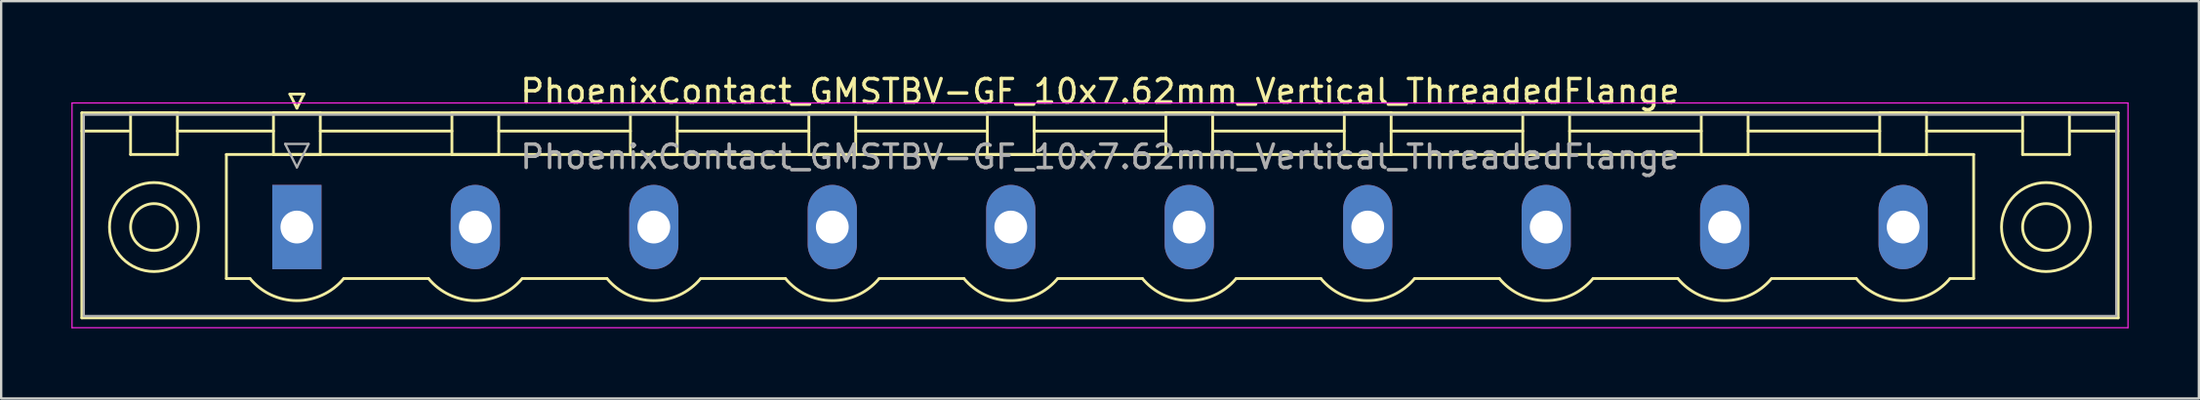
<source format=kicad_pcb>
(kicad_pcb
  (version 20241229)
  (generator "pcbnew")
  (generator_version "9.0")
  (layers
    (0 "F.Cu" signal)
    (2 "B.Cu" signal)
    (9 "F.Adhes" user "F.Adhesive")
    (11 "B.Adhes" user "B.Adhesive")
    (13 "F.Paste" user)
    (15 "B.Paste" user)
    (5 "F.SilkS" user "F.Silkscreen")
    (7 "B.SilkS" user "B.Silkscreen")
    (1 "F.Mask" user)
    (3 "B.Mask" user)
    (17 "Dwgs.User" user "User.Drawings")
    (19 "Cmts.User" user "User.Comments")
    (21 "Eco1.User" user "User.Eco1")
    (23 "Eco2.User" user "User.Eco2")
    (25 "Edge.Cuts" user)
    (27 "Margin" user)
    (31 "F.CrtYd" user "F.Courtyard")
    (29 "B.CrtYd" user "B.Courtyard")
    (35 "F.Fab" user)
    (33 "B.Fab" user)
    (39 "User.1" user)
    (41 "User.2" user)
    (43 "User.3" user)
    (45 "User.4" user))
  (footprint "PhoenixContact_GMSTBV-GF_10x7.62mm_Vertical_ThreadedFlange"
    (layer "F.Cu")
    (at 9.625 6.648)
    (property "Reference" "PhoenixContact_GMSTBV-GF_10x7.62mm_Vertical_ThreadedFlange" (at 34.29 -5.8 0) (layer "F.SilkS") (effects (font (size 1 1) (thickness 0.15))))
    (attr through_hole)
    (fp_line (start -9.18 -4.88) (end -9.18 3.88) (stroke (width 0.12) (type solid)) (layer "F.SilkS"))
    (fp_line (start -9.18 -4.1) (end -7.18 -4.1) (stroke (width 0.12) (type solid)) (layer "F.SilkS"))
    (fp_line (start -9.18 3.88) (end 77.76 3.88) (stroke (width 0.12) (type solid)) (layer "F.SilkS"))
    (fp_line (start -7.1 -4.88) (end -5.1 -4.88) (stroke (width 0.12) (type solid)) (layer "F.SilkS"))
    (fp_line (start -7.1 -3.1) (end -7.1 -4.88) (stroke (width 0.12) (type solid)) (layer "F.SilkS"))
    (fp_line (start -5.1 -4.88) (end -5.1 -3.1) (stroke (width 0.12) (type solid)) (layer "F.SilkS"))
    (fp_line (start -5.1 -4.1) (end -1 -4.1) (stroke (width 0.12) (type solid)) (layer "F.SilkS"))
    (fp_line (start -5.1 -3.1) (end -7.1 -3.1) (stroke (width 0.12) (type solid)) (layer "F.SilkS"))
    (fp_line (start -3.01 -3.1) (end 71.59 -3.1) (stroke (width 0.12) (type solid)) (layer "F.SilkS"))
    (fp_line (start -3.01 2.2) (end -3.01 -3.1) (stroke (width 0.12) (type solid)) (layer "F.SilkS"))
    (fp_line (start -2 2.2) (end -3.01 2.2) (stroke (width 0.12) (type solid)) (layer "F.SilkS"))
    (fp_line (start -1 -4.88) (end 1 -4.88) (stroke (width 0.12) (type solid)) (layer "F.SilkS"))
    (fp_line (start -1 -3.1) (end -1 -4.88) (stroke (width 0.12) (type solid)) (layer "F.SilkS"))
    (fp_line (start -0.3 -5.68) (end 0.3 -5.68) (stroke (width 0.12) (type solid)) (layer "F.SilkS"))
    (fp_line (start 0 -5.08) (end -0.3 -5.68) (stroke (width 0.12) (type solid)) (layer "F.SilkS"))
    (fp_line (start 0.3 -5.68) (end 0 -5.08) (stroke (width 0.12) (type solid)) (layer "F.SilkS"))
    (fp_line (start 1 -4.88) (end 1 -3.1) (stroke (width 0.12) (type solid)) (layer "F.SilkS"))
    (fp_line (start 1 -4.1) (end 6.62 -4.1) (stroke (width 0.12) (type solid)) (layer "F.SilkS"))
    (fp_line (start 1 -3.1) (end -1 -3.1) (stroke (width 0.12) (type solid)) (layer "F.SilkS"))
    (fp_line (start 2 2.2) (end 5.62 2.2) (stroke (width 0.12) (type solid)) (layer "F.SilkS"))
    (fp_line (start 6.62 -4.88) (end 8.62 -4.88) (stroke (width 0.12) (type solid)) (layer "F.SilkS"))
    (fp_line (start 6.62 -3.1) (end 6.62 -4.88) (stroke (width 0.12) (type solid)) (layer "F.SilkS"))
    (fp_line (start 8.62 -4.88) (end 8.62 -3.1) (stroke (width 0.12) (type solid)) (layer "F.SilkS"))
    (fp_line (start 8.62 -4.1) (end 14.24 -4.1) (stroke (width 0.12) (type solid)) (layer "F.SilkS"))
    (fp_line (start 8.62 -3.1) (end 6.62 -3.1) (stroke (width 0.12) (type solid)) (layer "F.SilkS"))
    (fp_line (start 9.62 2.2) (end 13.24 2.2) (stroke (width 0.12) (type solid)) (layer "F.SilkS"))
    (fp_line (start 14.24 -4.88) (end 16.24 -4.88) (stroke (width 0.12) (type solid)) (layer "F.SilkS"))
    (fp_line (start 14.24 -3.1) (end 14.24 -4.88) (stroke (width 0.12) (type solid)) (layer "F.SilkS"))
    (fp_line (start 16.24 -4.88) (end 16.24 -3.1) (stroke (width 0.12) (type solid)) (layer "F.SilkS"))
    (fp_line (start 16.24 -4.1) (end 21.86 -4.1) (stroke (width 0.12) (type solid)) (layer "F.SilkS"))
    (fp_line (start 16.24 -3.1) (end 14.24 -3.1) (stroke (width 0.12) (type solid)) (layer "F.SilkS"))
    (fp_line (start 17.24 2.2) (end 20.86 2.2) (stroke (width 0.12) (type solid)) (layer "F.SilkS"))
    (fp_line (start 21.86 -4.88) (end 23.86 -4.88) (stroke (width 0.12) (type solid)) (layer "F.SilkS"))
    (fp_line (start 21.86 -3.1) (end 21.86 -4.88) (stroke (width 0.12) (type solid)) (layer "F.SilkS"))
    (fp_line (start 23.86 -4.88) (end 23.86 -3.1) (stroke (width 0.12) (type solid)) (layer "F.SilkS"))
    (fp_line (start 23.86 -4.1) (end 29.48 -4.1) (stroke (width 0.12) (type solid)) (layer "F.SilkS"))
    (fp_line (start 23.86 -3.1) (end 21.86 -3.1) (stroke (width 0.12) (type solid)) (layer "F.SilkS"))
    (fp_line (start 24.86 2.2) (end 28.48 2.2) (stroke (width 0.12) (type solid)) (layer "F.SilkS"))
    (fp_line (start 29.48 -4.88) (end 31.48 -4.88) (stroke (width 0.12) (type solid)) (layer "F.SilkS"))
    (fp_line (start 29.48 -3.1) (end 29.48 -4.88) (stroke (width 0.12) (type solid)) (layer "F.SilkS"))
    (fp_line (start 31.48 -4.88) (end 31.48 -3.1) (stroke (width 0.12) (type solid)) (layer "F.SilkS"))
    (fp_line (start 31.48 -4.1) (end 37.1 -4.1) (stroke (width 0.12) (type solid)) (layer "F.SilkS"))
    (fp_line (start 31.48 -3.1) (end 29.48 -3.1) (stroke (width 0.12) (type solid)) (layer "F.SilkS"))
    (fp_line (start 32.48 2.2) (end 36.1 2.2) (stroke (width 0.12) (type solid)) (layer "F.SilkS"))
    (fp_line (start 37.1 -4.88) (end 39.1 -4.88) (stroke (width 0.12) (type solid)) (layer "F.SilkS"))
    (fp_line (start 37.1 -3.1) (end 37.1 -4.88) (stroke (width 0.12) (type solid)) (layer "F.SilkS"))
    (fp_line (start 39.1 -4.88) (end 39.1 -3.1) (stroke (width 0.12) (type solid)) (layer "F.SilkS"))
    (fp_line (start 39.1 -4.1) (end 44.72 -4.1) (stroke (width 0.12) (type solid)) (layer "F.SilkS"))
    (fp_line (start 39.1 -3.1) (end 37.1 -3.1) (stroke (width 0.12) (type solid)) (layer "F.SilkS"))
    (fp_line (start 40.1 2.2) (end 43.72 2.2) (stroke (width 0.12) (type solid)) (layer "F.SilkS"))
    (fp_line (start 44.72 -4.88) (end 46.72 -4.88) (stroke (width 0.12) (type solid)) (layer "F.SilkS"))
    (fp_line (start 44.72 -3.1) (end 44.72 -4.88) (stroke (width 0.12) (type solid)) (layer "F.SilkS"))
    (fp_line (start 46.72 -4.88) (end 46.72 -3.1) (stroke (width 0.12) (type solid)) (layer "F.SilkS"))
    (fp_line (start 46.72 -4.1) (end 52.34 -4.1) (stroke (width 0.12) (type solid)) (layer "F.SilkS"))
    (fp_line (start 46.72 -3.1) (end 44.72 -3.1) (stroke (width 0.12) (type solid)) (layer "F.SilkS"))
    (fp_line (start 47.72 2.2) (end 51.34 2.2) (stroke (width 0.12) (type solid)) (layer "F.SilkS"))
    (fp_line (start 52.34 -4.88) (end 54.34 -4.88) (stroke (width 0.12) (type solid)) (layer "F.SilkS"))
    (fp_line (start 52.34 -3.1) (end 52.34 -4.88) (stroke (width 0.12) (type solid)) (layer "F.SilkS"))
    (fp_line (start 54.34 -4.88) (end 54.34 -3.1) (stroke (width 0.12) (type solid)) (layer "F.SilkS"))
    (fp_line (start 54.34 -4.1) (end 59.96 -4.1) (stroke (width 0.12) (type solid)) (layer "F.SilkS"))
    (fp_line (start 54.34 -3.1) (end 52.34 -3.1) (stroke (width 0.12) (type solid)) (layer "F.SilkS"))
    (fp_line (start 55.34 2.2) (end 58.96 2.2) (stroke (width 0.12) (type solid)) (layer "F.SilkS"))
    (fp_line (start 59.96 -4.88) (end 61.96 -4.88) (stroke (width 0.12) (type solid)) (layer "F.SilkS"))
    (fp_line (start 59.96 -3.1) (end 59.96 -4.88) (stroke (width 0.12) (type solid)) (layer "F.SilkS"))
    (fp_line (start 61.96 -4.88) (end 61.96 -3.1) (stroke (width 0.12) (type solid)) (layer "F.SilkS"))
    (fp_line (start 61.96 -4.1) (end 67.58 -4.1) (stroke (width 0.12) (type solid)) (layer "F.SilkS"))
    (fp_line (start 61.96 -3.1) (end 59.96 -3.1) (stroke (width 0.12) (type solid)) (layer "F.SilkS"))
    (fp_line (start 62.96 2.2) (end 66.58 2.2) (stroke (width 0.12) (type solid)) (layer "F.SilkS"))
    (fp_line (start 67.58 -4.88) (end 69.58 -4.88) (stroke (width 0.12) (type solid)) (layer "F.SilkS"))
    (fp_line (start 67.58 -3.1) (end 67.58 -4.88) (stroke (width 0.12) (type solid)) (layer "F.SilkS"))
    (fp_line (start 69.58 -4.88) (end 69.58 -3.1) (stroke (width 0.12) (type solid)) (layer "F.SilkS"))
    (fp_line (start 69.58 -4.1) (end 73.68 -4.1) (stroke (width 0.12) (type solid)) (layer "F.SilkS"))
    (fp_line (start 69.58 -3.1) (end 67.58 -3.1) (stroke (width 0.12) (type solid)) (layer "F.SilkS"))
    (fp_line (start 71.59 -3.1) (end 71.59 2.2) (stroke (width 0.12) (type solid)) (layer "F.SilkS"))
    (fp_line (start 71.59 2.2) (end 70.58 2.2) (stroke (width 0.12) (type solid)) (layer "F.SilkS"))
    (fp_line (start 73.68 -4.88) (end 75.68 -4.88) (stroke (width 0.12) (type solid)) (layer "F.SilkS"))
    (fp_line (start 73.68 -3.1) (end 73.68 -4.88) (stroke (width 0.12) (type solid)) (layer "F.SilkS"))
    (fp_line (start 75.68 -4.88) (end 75.68 -3.1) (stroke (width 0.12) (type solid)) (layer "F.SilkS"))
    (fp_line (start 75.68 -3.1) (end 73.68 -3.1) (stroke (width 0.12) (type solid)) (layer "F.SilkS"))
    (fp_line (start 77.76 -4.88) (end -9.18 -4.88) (stroke (width 0.12) (type solid)) (layer "F.SilkS"))
    (fp_line (start 77.76 -4.1) (end 75.76 -4.1) (stroke (width 0.12) (type solid)) (layer "F.SilkS"))
    (fp_line (start 77.76 3.88) (end 77.76 -4.88) (stroke (width 0.12) (type solid)) (layer "F.SilkS"))
    (fp_arc (start 1.986842 2.215821) (mid -0.010289 3.142758) (end -2 2.2) (stroke (width 0.12) (type solid)) (layer "F.SilkS"))
    (fp_arc (start 9.606842 2.215821) (mid 7.609711 3.142758) (end 5.62 2.2) (stroke (width 0.12) (type solid)) (layer "F.SilkS"))
    (fp_arc (start 17.226842 2.215821) (mid 15.229711 3.142758) (end 13.24 2.2) (stroke (width 0.12) (type solid)) (layer "F.SilkS"))
    (fp_arc (start 24.846842 2.215821) (mid 22.849711 3.142758) (end 20.86 2.2) (stroke (width 0.12) (type solid)) (layer "F.SilkS"))
    (fp_arc (start 32.466842 2.215821) (mid 30.469711 3.142758) (end 28.48 2.2) (stroke (width 0.12) (type solid)) (layer "F.SilkS"))
    (fp_arc (start 40.086842 2.215821) (mid 38.089711 3.142758) (end 36.1 2.2) (stroke (width 0.12) (type solid)) (layer "F.SilkS"))
    (fp_arc (start 47.706842 2.215821) (mid 45.709711 3.142758) (end 43.72 2.2) (stroke (width 0.12) (type solid)) (layer "F.SilkS"))
    (fp_arc (start 55.326842 2.215821) (mid 53.329711 3.142758) (end 51.34 2.2) (stroke (width 0.12) (type solid)) (layer "F.SilkS"))
    (fp_arc (start 62.946842 2.215821) (mid 60.949711 3.142758) (end 58.96 2.2) (stroke (width 0.12) (type solid)) (layer "F.SilkS"))
    (fp_arc (start 70.566842 2.215821) (mid 68.569711 3.142758) (end 66.58 2.2) (stroke (width 0.12) (type solid)) (layer "F.SilkS"))
    (fp_circle (center -6.1 0) (end -5.1 0) (stroke (width 0.12) (type solid)) (fill no) (layer "F.SilkS"))
    (fp_circle (center -6.1 0) (end -4.2 0) (stroke (width 0.12) (type solid)) (fill no) (layer "F.SilkS"))
    (fp_circle (center 74.68 0) (end 75.68 0) (stroke (width 0.12) (type solid)) (fill no) (layer "F.SilkS"))
    (fp_circle (center 74.68 0) (end 76.58 0) (stroke (width 0.12) (type solid)) (fill no) (layer "F.SilkS"))
    (fp_line (start -9.6 -5.3) (end -9.6 4.3) (stroke (width 0.05) (type solid)) (layer "F.CrtYd"))
    (fp_line (start -9.6 4.3) (end 78.18 4.3) (stroke (width 0.05) (type solid)) (layer "F.CrtYd"))
    (fp_line (start 78.18 -5.3) (end -9.6 -5.3) (stroke (width 0.05) (type solid)) (layer "F.CrtYd"))
    (fp_line (start 78.18 4.3) (end 78.18 -5.3) (stroke (width 0.05) (type solid)) (layer "F.CrtYd"))
    (fp_line (start -9.1 -4.8) (end -9.1 3.8) (stroke (width 0.1) (type solid)) (layer "F.Fab"))
    (fp_line (start -9.1 3.8) (end 77.68 3.8) (stroke (width 0.1) (type solid)) (layer "F.Fab"))
    (fp_line (start -0.5 -3.55) (end 0.5 -3.55) (stroke (width 0.1) (type solid)) (layer "F.Fab"))
    (fp_line (start 0 -2.55) (end -0.5 -3.55) (stroke (width 0.1) (type solid)) (layer "F.Fab"))
    (fp_line (start 0.5 -3.55) (end 0 -2.55) (stroke (width 0.1) (type solid)) (layer "F.Fab"))
    (fp_line (start 77.68 -4.8) (end -9.1 -4.8) (stroke (width 0.1) (type solid)) (layer "F.Fab"))
    (fp_line (start 77.68 3.8) (end 77.68 -4.8) (stroke (width 0.1) (type solid)) (layer "F.Fab"))
    (fp_text user "${REFERENCE}" (at 34.29 -3 0) (layer "F.Fab") (effects (font (size 1 1) (thickness 0.15))))
    (pad "1" thru_hole rect (at 0 0) (size 2.1 3.6) (drill 1.4) (layers "*.Cu" "*.Mask"))
    (pad "2" thru_hole oval (at 7.62 0) (size 2.1 3.6) (drill 1.4) (layers "*.Cu" "*.Mask"))
    (pad "3" thru_hole oval (at 15.24 0) (size 2.1 3.6) (drill 1.4) (layers "*.Cu" "*.Mask"))
    (pad "4" thru_hole oval (at 22.86 0) (size 2.1 3.6) (drill 1.4) (layers "*.Cu" "*.Mask"))
    (pad "5" thru_hole oval (at 30.48 0) (size 2.1 3.6) (drill 1.4) (layers "*.Cu" "*.Mask"))
    (pad "6" thru_hole oval (at 38.1 0) (size 2.1 3.6) (drill 1.4) (layers "*.Cu" "*.Mask"))
    (pad "7" thru_hole oval (at 45.72 0) (size 2.1 3.6) (drill 1.4) (layers "*.Cu" "*.Mask"))
    (pad "8" thru_hole oval (at 53.34 0) (size 2.1 3.6) (drill 1.4) (layers "*.Cu" "*.Mask"))
    (pad "9" thru_hole oval (at 60.96 0) (size 2.1 3.6) (drill 1.4) (layers "*.Cu" "*.Mask"))
    (pad "10" thru_hole oval (at 68.58 0) (size 2.1 3.6) (drill 1.4) (layers "*.Cu" "*.Mask")))
  (gr_rect
    (start -3 -3)
    (end 90.83 13.973)
    (stroke (width 0.1) (type default))
    (fill no)
    (layer "Edge.Cuts")))
</source>
